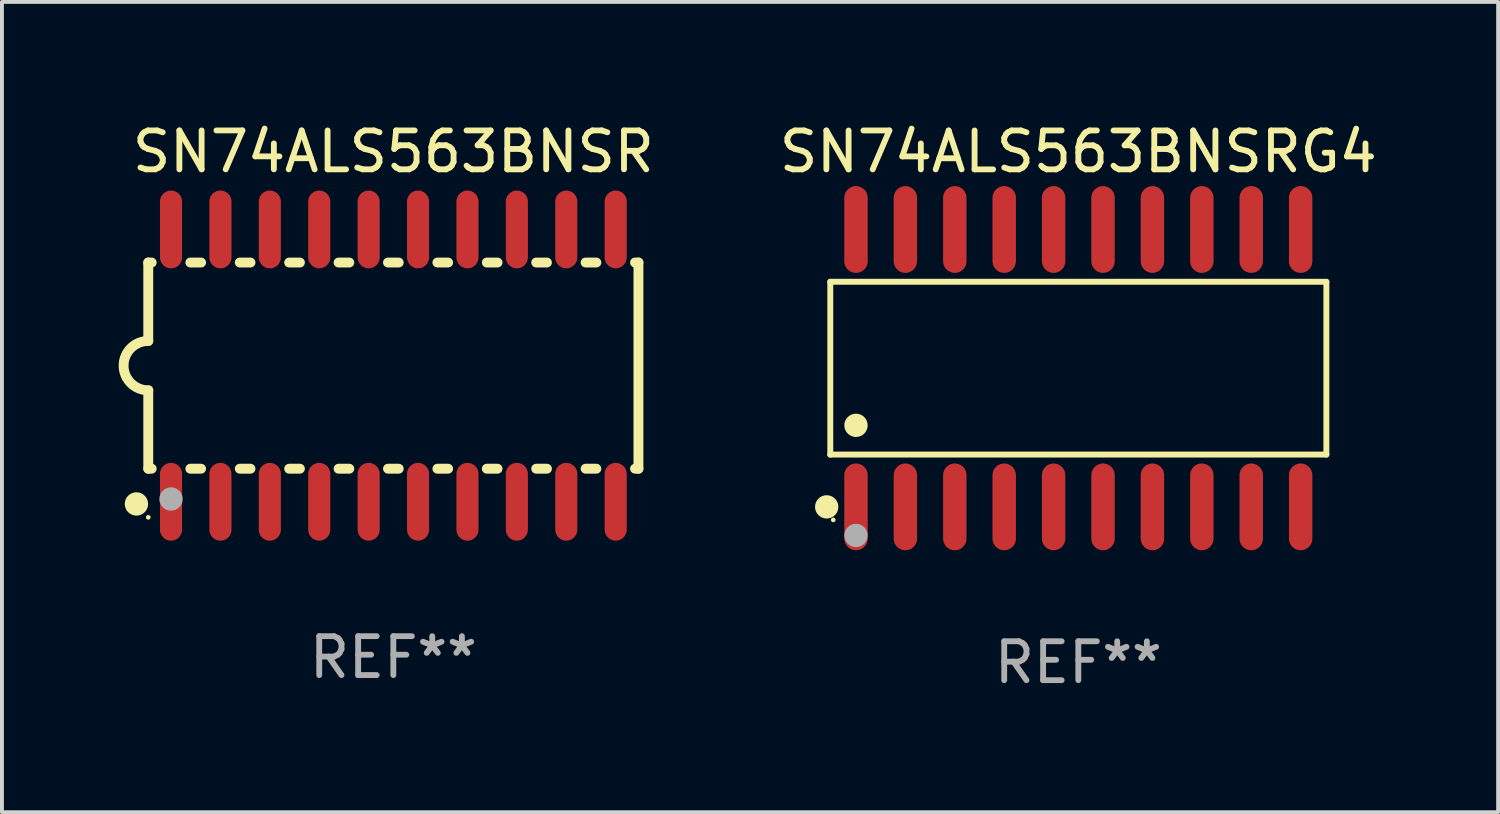
<source format=kicad_pcb>
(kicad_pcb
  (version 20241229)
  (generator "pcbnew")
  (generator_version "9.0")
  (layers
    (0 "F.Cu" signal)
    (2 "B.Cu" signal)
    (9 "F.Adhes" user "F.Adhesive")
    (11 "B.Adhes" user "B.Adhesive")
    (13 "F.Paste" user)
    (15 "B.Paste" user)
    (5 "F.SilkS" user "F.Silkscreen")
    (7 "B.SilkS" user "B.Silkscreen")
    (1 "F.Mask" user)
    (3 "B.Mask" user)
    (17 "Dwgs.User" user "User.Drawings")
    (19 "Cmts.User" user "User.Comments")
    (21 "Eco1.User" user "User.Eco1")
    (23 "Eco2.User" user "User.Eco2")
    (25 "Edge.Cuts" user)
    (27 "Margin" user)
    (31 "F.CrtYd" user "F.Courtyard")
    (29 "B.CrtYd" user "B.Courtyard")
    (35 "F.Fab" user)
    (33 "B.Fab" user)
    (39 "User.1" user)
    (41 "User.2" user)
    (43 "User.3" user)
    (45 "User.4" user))
  (footprint "SN74ALS563BNSRG4"
    (layer "F.Cu")
    (at 24.668 6.414)
    (property "Reference" "SN74ALS563BNSRG4" (at 0 -5.565 0) (layer "F.SilkS") (effects (font (size 1 1) (thickness 0.15))))
    (attr through_hole)
    (fp_line (start -6.376 -2.221) (end 6.376 -2.221) (stroke (width 0.152) (type solid)) (layer "F.SilkS"))
    (fp_line (start -6.376 2.221) (end -6.376 -2.221) (stroke (width 0.152) (type solid)) (layer "F.SilkS"))
    (fp_line (start 6.376 -2.221) (end 6.376 2.221) (stroke (width 0.152) (type solid)) (layer "F.SilkS"))
    (fp_line (start 6.376 2.221) (end -6.376 2.221) (stroke (width 0.152) (type solid)) (layer "F.SilkS"))
    (fp_circle (center -6.468 3.565) (end -6.318 3.565) (stroke (width 0.3) (type solid)) (fill no) (layer "F.SilkS"))
    (fp_circle (center -6.3 3.9) (end -6.27 3.9) (stroke (width 0.06) (type solid)) (fill no) (layer "F.SilkS"))
    (fp_circle (center -5.715 1.469) (end -5.565 1.469) (stroke (width 0.3) (type solid)) (fill no) (layer "F.SilkS"))
    (fp_circle (center -5.715 4.3) (end -5.565 4.3) (stroke (width 0.3) (type solid)) (fill no) (layer "F.Fab"))
    (fp_text user "REF**" (at 0 7.565 0) (layer "F.Fab") (effects (font (size 1 1) (thickness 0.15))))
    (pad "1" smd oval (at -5.715 3.565) (size 0.602 2.231) (layers "F.Cu" "F.Mask" "F.Paste"))
    (pad "2" smd oval (at -4.445 3.565) (size 0.602 2.231) (layers "F.Cu" "F.Mask" "F.Paste"))
    (pad "3" smd oval (at -3.175 3.565) (size 0.602 2.231) (layers "F.Cu" "F.Mask" "F.Paste"))
    (pad "4" smd oval (at -1.905 3.565) (size 0.602 2.231) (layers "F.Cu" "F.Mask" "F.Paste"))
    (pad "5" smd oval (at -0.635 3.565) (size 0.602 2.231) (layers "F.Cu" "F.Mask" "F.Paste"))
    (pad "6" smd oval (at 0.635 3.565) (size 0.602 2.231) (layers "F.Cu" "F.Mask" "F.Paste"))
    (pad "7" smd oval (at 1.905 3.565) (size 0.602 2.231) (layers "F.Cu" "F.Mask" "F.Paste"))
    (pad "8" smd oval (at 3.175 3.565) (size 0.602 2.231) (layers "F.Cu" "F.Mask" "F.Paste"))
    (pad "9" smd oval (at 4.445 3.565) (size 0.602 2.231) (layers "F.Cu" "F.Mask" "F.Paste"))
    (pad "10" smd oval (at 5.715 3.565) (size 0.602 2.231) (layers "F.Cu" "F.Mask" "F.Paste"))
    (pad "11" smd oval (at 5.715 -3.565) (size 0.602 2.231) (layers "F.Cu" "F.Mask" "F.Paste"))
    (pad "12" smd oval (at 4.445 -3.565) (size 0.602 2.231) (layers "F.Cu" "F.Mask" "F.Paste"))
    (pad "13" smd oval (at 3.175 -3.565) (size 0.602 2.231) (layers "F.Cu" "F.Mask" "F.Paste"))
    (pad "14" smd oval (at 1.905 -3.565) (size 0.602 2.231) (layers "F.Cu" "F.Mask" "F.Paste"))
    (pad "15" smd oval (at 0.635 -3.565) (size 0.602 2.231) (layers "F.Cu" "F.Mask" "F.Paste"))
    (pad "16" smd oval (at -0.635 -3.565) (size 0.602 2.231) (layers "F.Cu" "F.Mask" "F.Paste"))
    (pad "17" smd oval (at -1.905 -3.565) (size 0.602 2.231) (layers "F.Cu" "F.Mask" "F.Paste"))
    (pad "18" smd oval (at -3.175 -3.565) (size 0.602 2.231) (layers "F.Cu" "F.Mask" "F.Paste"))
    (pad "19" smd oval (at -4.445 -3.565) (size 0.602 2.231) (layers "F.Cu" "F.Mask" "F.Paste"))
    (pad "20" smd oval (at -5.715 -3.565) (size 0.602 2.231) (layers "F.Cu" "F.Mask" "F.Paste")))
  (footprint "SN74ALS563BNSR"
    (layer "F.Cu")
    (at 7.061 6.348)
    (property "Reference" "SN74ALS563BNSR" (at 0 -5.5 0) (layer "F.SilkS") (effects (font (size 1 1) (thickness 0.15))))
    (attr through_hole)
    (fp_line (start -6.3 -2.65) (end -6.3 -0.635) (stroke (width 0.254) (type solid)) (layer "F.SilkS"))
    (fp_line (start -6.3 -2.65) (end -6.212 -2.65) (stroke (width 0.254) (type solid)) (layer "F.SilkS"))
    (fp_line (start -6.3 2.65) (end -6.3 0.635) (stroke (width 0.254) (type solid)) (layer "F.SilkS"))
    (fp_line (start -6.3 2.65) (end -6.212 2.65) (stroke (width 0.254) (type solid)) (layer "F.SilkS"))
    (fp_line (start -5.218 -2.65) (end -4.942 -2.65) (stroke (width 0.254) (type solid)) (layer "F.SilkS"))
    (fp_line (start -5.218 2.65) (end -4.942 2.65) (stroke (width 0.254) (type solid)) (layer "F.SilkS"))
    (fp_line (start -3.948 -2.65) (end -3.672 -2.65) (stroke (width 0.254) (type solid)) (layer "F.SilkS"))
    (fp_line (start -3.948 2.65) (end -3.672 2.65) (stroke (width 0.254) (type solid)) (layer "F.SilkS"))
    (fp_line (start -2.678 -2.65) (end -2.402 -2.65) (stroke (width 0.254) (type solid)) (layer "F.SilkS"))
    (fp_line (start -2.678 2.65) (end -2.402 2.65) (stroke (width 0.254) (type solid)) (layer "F.SilkS"))
    (fp_line (start -1.408 -2.65) (end -1.132 -2.65) (stroke (width 0.254) (type solid)) (layer "F.SilkS"))
    (fp_line (start -1.408 2.65) (end -1.132 2.65) (stroke (width 0.254) (type solid)) (layer "F.SilkS"))
    (fp_line (start -0.138 -2.65) (end 0.138 -2.65) (stroke (width 0.254) (type solid)) (layer "F.SilkS"))
    (fp_line (start -0.138 2.65) (end 0.138 2.65) (stroke (width 0.254) (type solid)) (layer "F.SilkS"))
    (fp_line (start 1.132 -2.65) (end 1.408 -2.65) (stroke (width 0.254) (type solid)) (layer "F.SilkS"))
    (fp_line (start 1.132 2.65) (end 1.408 2.65) (stroke (width 0.254) (type solid)) (layer "F.SilkS"))
    (fp_line (start 2.402 -2.65) (end 2.678 -2.65) (stroke (width 0.254) (type solid)) (layer "F.SilkS"))
    (fp_line (start 2.402 2.65) (end 2.678 2.65) (stroke (width 0.254) (type solid)) (layer "F.SilkS"))
    (fp_line (start 3.672 -2.65) (end 3.948 -2.65) (stroke (width 0.254) (type solid)) (layer "F.SilkS"))
    (fp_line (start 3.672 2.65) (end 3.948 2.65) (stroke (width 0.254) (type solid)) (layer "F.SilkS"))
    (fp_line (start 4.942 -2.65) (end 5.218 -2.65) (stroke (width 0.254) (type solid)) (layer "F.SilkS"))
    (fp_line (start 4.942 2.65) (end 5.218 2.65) (stroke (width 0.254) (type solid)) (layer "F.SilkS"))
    (fp_line (start 6.212 -2.65) (end 6.3 -2.65) (stroke (width 0.254) (type solid)) (layer "F.SilkS"))
    (fp_line (start 6.212 2.65) (end 6.3 2.65) (stroke (width 0.254) (type solid)) (layer "F.SilkS"))
    (fp_line (start 6.3 -2.65) (end 6.3 2.65) (stroke (width 0.254) (type solid)) (layer "F.SilkS"))
    (fp_arc (start -6.299975 0.634874) (mid -6.933579 0.000127) (end -6.299213 -0.633858) (stroke (width 0.254001) (type solid)) (layer "F.SilkS"))
    (fp_circle (center -6.604 3.556) (end -6.454 3.556) (stroke (width 0.3) (type solid)) (fill no) (layer "F.SilkS"))
    (fp_circle (center -6.3 3.9) (end -6.27 3.9) (stroke (width 0.06) (type solid)) (fill no) (layer "F.SilkS"))
    (fp_circle (center -5.715 3.429) (end -5.565 3.429) (stroke (width 0.3) (type solid)) (fill no) (layer "F.Fab"))
    (fp_text user "REF**" (at 0 7.5 0) (layer "F.Fab") (effects (font (size 1 1) (thickness 0.15))))
    (pad "1" smd oval (at -5.715 3.5) (size 0.568 2) (layers "F.Cu" "F.Mask" "F.Paste"))
    (pad "2" smd oval (at -4.445 3.5) (size 0.568 2) (layers "F.Cu" "F.Mask" "F.Paste"))
    (pad "3" smd oval (at -3.175 3.5) (size 0.568 2) (layers "F.Cu" "F.Mask" "F.Paste"))
    (pad "4" smd oval (at -1.905 3.5) (size 0.568 2) (layers "F.Cu" "F.Mask" "F.Paste"))
    (pad "5" smd oval (at -0.635 3.5) (size 0.568 2) (layers "F.Cu" "F.Mask" "F.Paste"))
    (pad "6" smd oval (at 0.635 3.5) (size 0.568 2) (layers "F.Cu" "F.Mask" "F.Paste"))
    (pad "7" smd oval (at 1.905 3.5) (size 0.568 2) (layers "F.Cu" "F.Mask" "F.Paste"))
    (pad "8" smd oval (at 3.175 3.5) (size 0.568 2) (layers "F.Cu" "F.Mask" "F.Paste"))
    (pad "9" smd oval (at 4.445 3.5) (size 0.568 2) (layers "F.Cu" "F.Mask" "F.Paste"))
    (pad "10" smd oval (at 5.715 3.5) (size 0.568 2) (layers "F.Cu" "F.Mask" "F.Paste"))
    (pad "11" smd oval (at 5.715 -3.5) (size 0.568 2) (layers "F.Cu" "F.Mask" "F.Paste"))
    (pad "12" smd oval (at 4.445 -3.5) (size 0.568 2) (layers "F.Cu" "F.Mask" "F.Paste"))
    (pad "13" smd oval (at 3.175 -3.5) (size 0.568 2) (layers "F.Cu" "F.Mask" "F.Paste"))
    (pad "14" smd oval (at 1.905 -3.5) (size 0.568 2) (layers "F.Cu" "F.Mask" "F.Paste"))
    (pad "15" smd oval (at 0.635 -3.5) (size 0.568 2) (layers "F.Cu" "F.Mask" "F.Paste"))
    (pad "16" smd oval (at -0.635 -3.5) (size 0.568 2) (layers "F.Cu" "F.Mask" "F.Paste"))
    (pad "17" smd oval (at -1.905 -3.5) (size 0.568 2) (layers "F.Cu" "F.Mask" "F.Paste"))
    (pad "18" smd oval (at -3.175 -3.5) (size 0.568 2) (layers "F.Cu" "F.Mask" "F.Paste"))
    (pad "19" smd oval (at -4.445 -3.5) (size 0.568 2) (layers "F.Cu" "F.Mask" "F.Paste"))
    (pad "20" smd oval (at -5.715 -3.5) (size 0.568 2) (layers "F.Cu" "F.Mask" "F.Paste")))
  (gr_rect
    (start -3 -3)
    (end 35.459 17.827)
    (stroke (width 0.1) (type default))
    (fill no)
    (layer "Edge.Cuts")))
</source>
